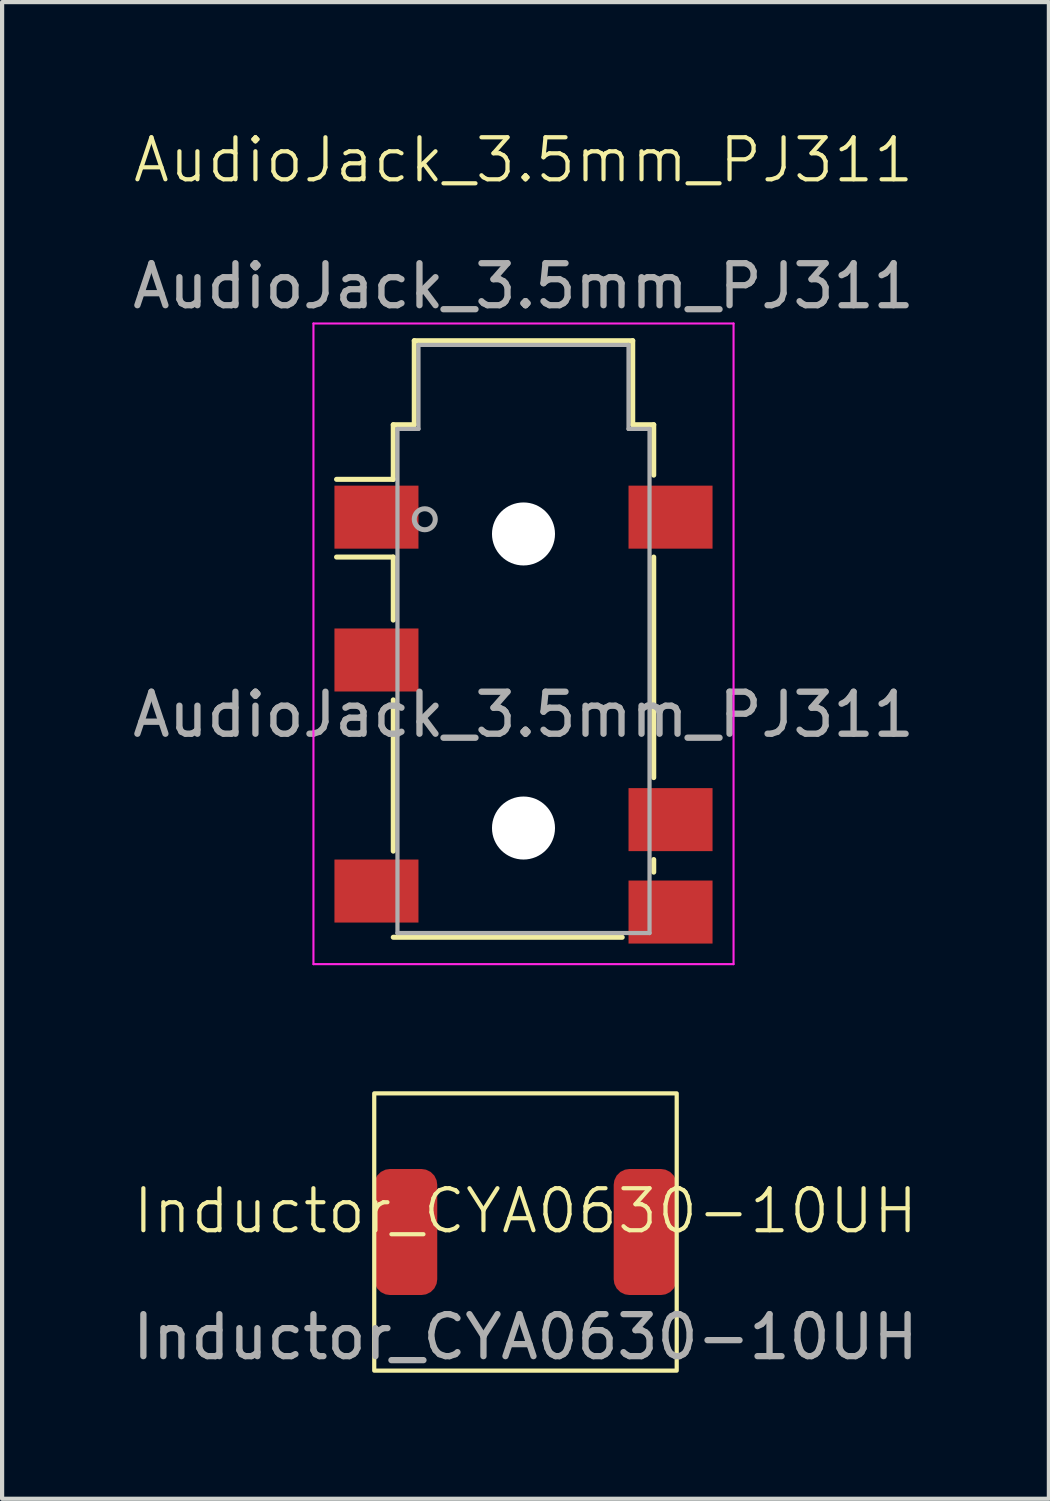
<source format=kicad_pcb>
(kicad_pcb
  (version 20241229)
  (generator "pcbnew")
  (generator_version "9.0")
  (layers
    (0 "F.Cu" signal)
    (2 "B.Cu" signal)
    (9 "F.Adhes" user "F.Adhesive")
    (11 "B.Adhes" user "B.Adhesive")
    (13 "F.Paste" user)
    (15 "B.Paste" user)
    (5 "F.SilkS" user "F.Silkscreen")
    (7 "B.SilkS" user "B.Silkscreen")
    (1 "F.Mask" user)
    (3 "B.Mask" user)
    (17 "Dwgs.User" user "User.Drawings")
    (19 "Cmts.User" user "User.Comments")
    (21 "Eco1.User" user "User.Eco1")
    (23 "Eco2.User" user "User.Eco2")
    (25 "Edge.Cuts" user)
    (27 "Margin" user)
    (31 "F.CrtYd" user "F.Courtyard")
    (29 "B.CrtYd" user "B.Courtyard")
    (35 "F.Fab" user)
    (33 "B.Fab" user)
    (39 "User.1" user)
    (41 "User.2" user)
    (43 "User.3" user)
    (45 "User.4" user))
  (footprint "Inductor_CYA0630-10UH"
    (layer "F.Cu")
    (at 9.458 26.276)
    (property "Reference" "Inductor_CYA0630-10UH" (at 0 -0.5 0) (unlocked yes) (layer "F.SilkS") (effects (font (size 1 1) (thickness 0.1))))
    (attr smd)
    (fp_rect (start -3.6 -3.3) (end 3.6 3.3) (stroke (width 0.1) (type default)) (fill no) (layer "F.SilkS"))
    (fp_text user "${REFERENCE}" (at 0 2.5 0) (unlocked yes) (layer "F.Fab") (effects (font (size 1 1) (thickness 0.15))))
    (pad "1" smd roundrect (at -2.85 0) (size 1.5 3) (layers "F.Cu" "F.Mask" "F.Paste") (roundrect_rratio 0.25))
    (pad "2" smd roundrect (at 2.85 0) (size 1.5 3) (layers "F.Cu" "F.Mask" "F.Paste") (roundrect_rratio 0.25)))
  (footprint "AudioJack_3.5mm_PJ311"
    (layer "F.Cu")
    (at 9.411 8.97)
    (property "Reference" "AudioJack_3.5mm_PJ311" (at 0 -8.21 0) (unlocked yes) (layer "F.SilkS") (effects (font (size 1 1) (thickness 0.1))))
    (attr through_hole)
    (fp_line (start -3.1 -1.91) (end -2.6 -1.91) (stroke (width 0.12) (type solid)) (layer "F.SilkS"))
    (fp_line (start -3.1 -0.61) (end -4.45 -0.61) (stroke (width 0.12) (type solid)) (layer "F.SilkS"))
    (fp_line (start -3.1 -0.61) (end -3.1 -1.91) (stroke (width 0.12) (type solid)) (layer "F.SilkS"))
    (fp_line (start -3.1 1.24) (end -4.45 1.24) (stroke (width 0.12) (type solid)) (layer "F.SilkS"))
    (fp_line (start -3.1 2.74) (end -3.1 1.24) (stroke (width 0.12) (type solid)) (layer "F.SilkS"))
    (fp_line (start -3.1 8.24) (end -3.1 4.64) (stroke (width 0.12) (type solid)) (layer "F.SilkS"))
    (fp_line (start -2.6 -3.91) (end 2.6 -3.91) (stroke (width 0.12) (type solid)) (layer "F.SilkS"))
    (fp_line (start -2.6 -1.91) (end -2.6 -3.91) (stroke (width 0.12) (type solid)) (layer "F.SilkS"))
    (fp_line (start 2.35 10.29) (end -3.1 10.29) (stroke (width 0.12) (type solid)) (layer "F.SilkS"))
    (fp_line (start 2.6 -3.91) (end 2.6 -1.91) (stroke (width 0.12) (type solid)) (layer "F.SilkS"))
    (fp_line (start 2.6 -1.91) (end 3.1 -1.91) (stroke (width 0.12) (type solid)) (layer "F.SilkS"))
    (fp_line (start 3.1 -1.91) (end 3.1 -0.71) (stroke (width 0.12) (type solid)) (layer "F.SilkS"))
    (fp_line (start 3.1 1.24) (end 3.1 6.49) (stroke (width 0.12) (type solid)) (layer "F.SilkS"))
    (fp_line (start 3.1 8.44) (end 3.1 8.74) (stroke (width 0.12) (type solid)) (layer "F.SilkS"))
    (fp_line (start -5 -4.32) (end -5 10.93) (stroke (width 0.05) (type solid)) (layer "F.CrtYd"))
    (fp_line (start -5 -4.32) (end 5 -4.32) (stroke (width 0.05) (type solid)) (layer "F.CrtYd"))
    (fp_line (start -5 10.93) (end 5 10.93) (stroke (width 0.05) (type solid)) (layer "F.CrtYd"))
    (fp_line (start 5 10.93) (end 5 -4.32) (stroke (width 0.05) (type solid)) (layer "F.CrtYd"))
    (fp_line (start -3 -1.81) (end -3 10.19) (stroke (width 0.1) (type solid)) (layer "F.Fab"))
    (fp_line (start -3 10.19) (end 3 10.19) (stroke (width 0.1) (type solid)) (layer "F.Fab"))
    (fp_line (start -2.5 -3.81) (end -2.5 -1.81) (stroke (width 0.1) (type solid)) (layer "F.Fab"))
    (fp_line (start -2.5 -1.81) (end -3 -1.81) (stroke (width 0.1) (type solid)) (layer "F.Fab"))
    (fp_line (start 2.5 -3.81) (end -2.5 -3.81) (stroke (width 0.1) (type solid)) (layer "F.Fab"))
    (fp_line (start 2.5 -1.81) (end 2.5 -3.81) (stroke (width 0.1) (type solid)) (layer "F.Fab"))
    (fp_line (start 3 -1.81) (end 2.5 -1.81) (stroke (width 0.1) (type solid)) (layer "F.Fab"))
    (fp_line (start 3 10.19) (end 3 -1.81) (stroke (width 0.1) (type solid)) (layer "F.Fab"))
    (fp_circle (center -2.35 0.34) (end -2.1 0.34) (stroke (width 0.12) (type solid)) (fill no) (layer "F.Fab"))
    (fp_text user "${REFERENCE}" (at 0 -5.21 0) (unlocked yes) (layer "F.Fab") (effects (font (size 1 1) (thickness 0.15))))
    (fp_text user "${REFERENCE}" (at 0 4.99 0) (layer "F.Fab") (effects (font (size 1 1) (thickness 0.15))))
    (pad "" np_thru_hole circle (at 0 0.69) (size 1.5 1.5) (drill 1.5) (layers "*.Cu" "*.Mask"))
    (pad "" np_thru_hole circle (at 0 7.69) (size 1.5 1.5) (drill 1.5) (layers "*.Cu" "*.Mask"))
    (pad "G" smd rect (at -3.5 0.29) (size 2 1.5) (layers "F.Cu" "F.Mask" "F.Paste"))
    (pad "R" smd rect (at -3.5 3.69) (size 2 1.5) (layers "F.Cu" "F.Mask" "F.Paste"))
    (pad "RN" smd rect (at -3.5 9.19) (size 2 1.5) (layers "F.Cu" "F.Mask" "F.Paste"))
    (pad "S" smd rect (at 3.5 0.29) (size 2 1.5) (layers "F.Cu" "F.Mask" "F.Paste"))
    (pad "T" smd rect (at 3.5 7.49) (size 2 1.5) (layers "F.Cu" "F.Mask" "F.Paste"))
    (pad "TN" smd rect (at 3.5 9.69) (size 2 1.5) (layers "F.Cu" "F.Mask" "F.Paste")))
  (gr_rect
    (start -3 -3)
    (end 21.917 32.626)
    (stroke (width 0.1) (type default))
    (fill no)
    (layer "Edge.Cuts")))
</source>
